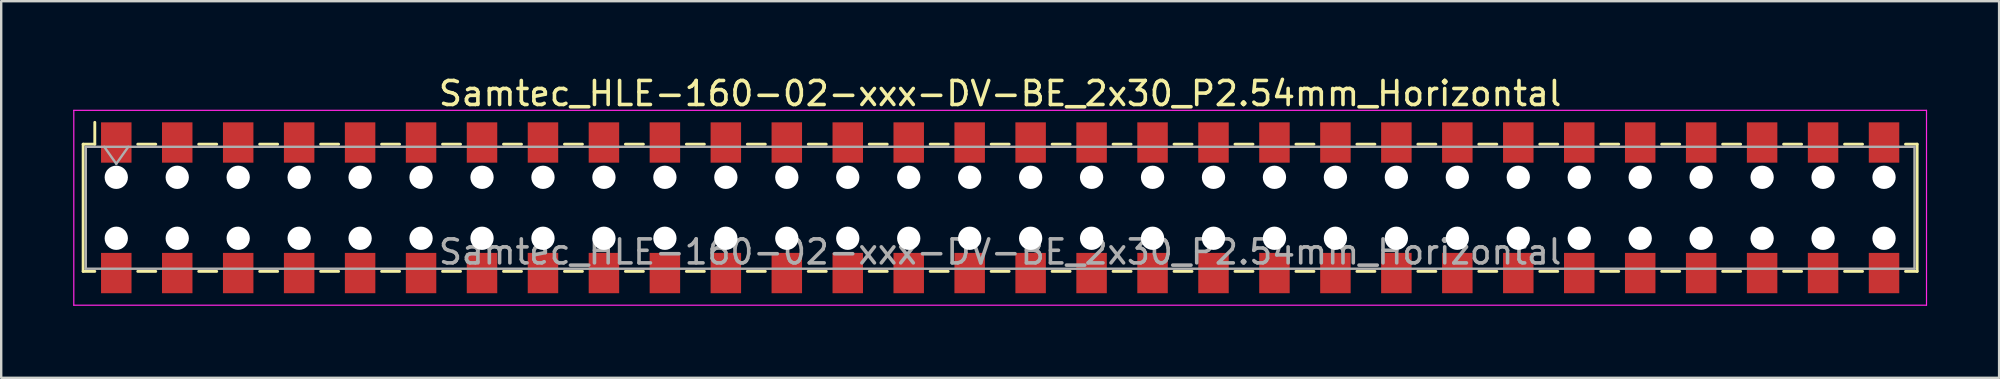
<source format=kicad_pcb>
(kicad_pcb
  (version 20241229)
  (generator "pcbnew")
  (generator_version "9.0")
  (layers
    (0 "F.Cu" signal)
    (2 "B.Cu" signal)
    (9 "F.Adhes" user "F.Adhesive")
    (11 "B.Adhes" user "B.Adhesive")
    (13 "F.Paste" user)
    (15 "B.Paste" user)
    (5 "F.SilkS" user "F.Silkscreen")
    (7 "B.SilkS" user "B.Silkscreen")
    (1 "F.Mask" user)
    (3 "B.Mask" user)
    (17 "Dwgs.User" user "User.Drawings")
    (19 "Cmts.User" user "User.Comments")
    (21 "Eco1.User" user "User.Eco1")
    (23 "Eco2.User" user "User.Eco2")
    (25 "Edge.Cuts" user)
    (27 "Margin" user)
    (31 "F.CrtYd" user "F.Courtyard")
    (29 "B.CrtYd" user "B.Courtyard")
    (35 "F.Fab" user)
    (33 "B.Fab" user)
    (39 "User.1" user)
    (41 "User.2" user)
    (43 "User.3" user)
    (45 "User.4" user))
  (footprint "Samtec_HLE-160-02-xxx-DV-BE_2x30_P2.54mm_Horizontal"
    (layer "F.Cu")
    (at 38.625 5.608)
    (property "Reference" "Samtec_HLE-160-02-xxx-DV-BE_2x30_P2.54mm_Horizontal" (at 0 -4.76 0) (layer "F.SilkS") (effects (font (size 1 1) (thickness 0.15))))
    (attr smd)
    (fp_line (start -38.21 -2.65) (end -38.21 2.65) (stroke (width 0.12) (type solid)) (layer "F.SilkS"))
    (fp_line (start -38.21 2.65) (end -37.725 2.65) (stroke (width 0.12) (type solid)) (layer "F.SilkS"))
    (fp_line (start -37.725 -3.56) (end -37.725 -2.65) (stroke (width 0.12) (type solid)) (layer "F.SilkS"))
    (fp_line (start -37.725 -2.65) (end -38.21 -2.65) (stroke (width 0.12) (type solid)) (layer "F.SilkS"))
    (fp_line (start -35.935 -2.65) (end -35.185 -2.65) (stroke (width 0.12) (type solid)) (layer "F.SilkS"))
    (fp_line (start -35.935 2.65) (end -35.185 2.65) (stroke (width 0.12) (type solid)) (layer "F.SilkS"))
    (fp_line (start -33.395 -2.65) (end -32.645 -2.65) (stroke (width 0.12) (type solid)) (layer "F.SilkS"))
    (fp_line (start -33.395 2.65) (end -32.645 2.65) (stroke (width 0.12) (type solid)) (layer "F.SilkS"))
    (fp_line (start -30.855 -2.65) (end -30.105 -2.65) (stroke (width 0.12) (type solid)) (layer "F.SilkS"))
    (fp_line (start -30.855 2.65) (end -30.105 2.65) (stroke (width 0.12) (type solid)) (layer "F.SilkS"))
    (fp_line (start -28.315 -2.65) (end -27.565 -2.65) (stroke (width 0.12) (type solid)) (layer "F.SilkS"))
    (fp_line (start -28.315 2.65) (end -27.565 2.65) (stroke (width 0.12) (type solid)) (layer "F.SilkS"))
    (fp_line (start -25.775 -2.65) (end -25.025 -2.65) (stroke (width 0.12) (type solid)) (layer "F.SilkS"))
    (fp_line (start -25.775 2.65) (end -25.025 2.65) (stroke (width 0.12) (type solid)) (layer "F.SilkS"))
    (fp_line (start -23.235 -2.65) (end -22.485 -2.65) (stroke (width 0.12) (type solid)) (layer "F.SilkS"))
    (fp_line (start -23.235 2.65) (end -22.485 2.65) (stroke (width 0.12) (type solid)) (layer "F.SilkS"))
    (fp_line (start -20.695 -2.65) (end -19.945 -2.65) (stroke (width 0.12) (type solid)) (layer "F.SilkS"))
    (fp_line (start -20.695 2.65) (end -19.945 2.65) (stroke (width 0.12) (type solid)) (layer "F.SilkS"))
    (fp_line (start -18.155 -2.65) (end -17.405 -2.65) (stroke (width 0.12) (type solid)) (layer "F.SilkS"))
    (fp_line (start -18.155 2.65) (end -17.405 2.65) (stroke (width 0.12) (type solid)) (layer "F.SilkS"))
    (fp_line (start -15.615 -2.65) (end -14.865 -2.65) (stroke (width 0.12) (type solid)) (layer "F.SilkS"))
    (fp_line (start -15.615 2.65) (end -14.865 2.65) (stroke (width 0.12) (type solid)) (layer "F.SilkS"))
    (fp_line (start -13.075 -2.65) (end -12.325 -2.65) (stroke (width 0.12) (type solid)) (layer "F.SilkS"))
    (fp_line (start -13.075 2.65) (end -12.325 2.65) (stroke (width 0.12) (type solid)) (layer "F.SilkS"))
    (fp_line (start -10.535 -2.65) (end -9.785 -2.65) (stroke (width 0.12) (type solid)) (layer "F.SilkS"))
    (fp_line (start -10.535 2.65) (end -9.785 2.65) (stroke (width 0.12) (type solid)) (layer "F.SilkS"))
    (fp_line (start -7.995 -2.65) (end -7.245 -2.65) (stroke (width 0.12) (type solid)) (layer "F.SilkS"))
    (fp_line (start -7.995 2.65) (end -7.245 2.65) (stroke (width 0.12) (type solid)) (layer "F.SilkS"))
    (fp_line (start -5.455 -2.65) (end -4.705 -2.65) (stroke (width 0.12) (type solid)) (layer "F.SilkS"))
    (fp_line (start -5.455 2.65) (end -4.705 2.65) (stroke (width 0.12) (type solid)) (layer "F.SilkS"))
    (fp_line (start -2.915 -2.65) (end -2.165 -2.65) (stroke (width 0.12) (type solid)) (layer "F.SilkS"))
    (fp_line (start -2.915 2.65) (end -2.165 2.65) (stroke (width 0.12) (type solid)) (layer "F.SilkS"))
    (fp_line (start -0.375 -2.65) (end 0.375 -2.65) (stroke (width 0.12) (type solid)) (layer "F.SilkS"))
    (fp_line (start -0.375 2.65) (end 0.375 2.65) (stroke (width 0.12) (type solid)) (layer "F.SilkS"))
    (fp_line (start 2.165 -2.65) (end 2.915 -2.65) (stroke (width 0.12) (type solid)) (layer "F.SilkS"))
    (fp_line (start 2.165 2.65) (end 2.915 2.65) (stroke (width 0.12) (type solid)) (layer "F.SilkS"))
    (fp_line (start 4.705 -2.65) (end 5.455 -2.65) (stroke (width 0.12) (type solid)) (layer "F.SilkS"))
    (fp_line (start 4.705 2.65) (end 5.455 2.65) (stroke (width 0.12) (type solid)) (layer "F.SilkS"))
    (fp_line (start 7.245 -2.65) (end 7.995 -2.65) (stroke (width 0.12) (type solid)) (layer "F.SilkS"))
    (fp_line (start 7.245 2.65) (end 7.995 2.65) (stroke (width 0.12) (type solid)) (layer "F.SilkS"))
    (fp_line (start 9.785 -2.65) (end 10.535 -2.65) (stroke (width 0.12) (type solid)) (layer "F.SilkS"))
    (fp_line (start 9.785 2.65) (end 10.535 2.65) (stroke (width 0.12) (type solid)) (layer "F.SilkS"))
    (fp_line (start 12.325 -2.65) (end 13.075 -2.65) (stroke (width 0.12) (type solid)) (layer "F.SilkS"))
    (fp_line (start 12.325 2.65) (end 13.075 2.65) (stroke (width 0.12) (type solid)) (layer "F.SilkS"))
    (fp_line (start 14.865 -2.65) (end 15.615 -2.65) (stroke (width 0.12) (type solid)) (layer "F.SilkS"))
    (fp_line (start 14.865 2.65) (end 15.615 2.65) (stroke (width 0.12) (type solid)) (layer "F.SilkS"))
    (fp_line (start 17.405 -2.65) (end 18.155 -2.65) (stroke (width 0.12) (type solid)) (layer "F.SilkS"))
    (fp_line (start 17.405 2.65) (end 18.155 2.65) (stroke (width 0.12) (type solid)) (layer "F.SilkS"))
    (fp_line (start 19.945 -2.65) (end 20.695 -2.65) (stroke (width 0.12) (type solid)) (layer "F.SilkS"))
    (fp_line (start 19.945 2.65) (end 20.695 2.65) (stroke (width 0.12) (type solid)) (layer "F.SilkS"))
    (fp_line (start 22.485 -2.65) (end 23.235 -2.65) (stroke (width 0.12) (type solid)) (layer "F.SilkS"))
    (fp_line (start 22.485 2.65) (end 23.235 2.65) (stroke (width 0.12) (type solid)) (layer "F.SilkS"))
    (fp_line (start 25.025 -2.65) (end 25.775 -2.65) (stroke (width 0.12) (type solid)) (layer "F.SilkS"))
    (fp_line (start 25.025 2.65) (end 25.775 2.65) (stroke (width 0.12) (type solid)) (layer "F.SilkS"))
    (fp_line (start 27.565 -2.65) (end 28.315 -2.65) (stroke (width 0.12) (type solid)) (layer "F.SilkS"))
    (fp_line (start 27.565 2.65) (end 28.315 2.65) (stroke (width 0.12) (type solid)) (layer "F.SilkS"))
    (fp_line (start 30.105 -2.65) (end 30.855 -2.65) (stroke (width 0.12) (type solid)) (layer "F.SilkS"))
    (fp_line (start 30.105 2.65) (end 30.855 2.65) (stroke (width 0.12) (type solid)) (layer "F.SilkS"))
    (fp_line (start 32.645 -2.65) (end 33.395 -2.65) (stroke (width 0.12) (type solid)) (layer "F.SilkS"))
    (fp_line (start 32.645 2.65) (end 33.395 2.65) (stroke (width 0.12) (type solid)) (layer "F.SilkS"))
    (fp_line (start 35.185 -2.65) (end 35.935 -2.65) (stroke (width 0.12) (type solid)) (layer "F.SilkS"))
    (fp_line (start 35.185 2.65) (end 35.935 2.65) (stroke (width 0.12) (type solid)) (layer "F.SilkS"))
    (fp_line (start 37.725 -2.65) (end 38.21 -2.65) (stroke (width 0.12) (type solid)) (layer "F.SilkS"))
    (fp_line (start 38.21 -2.65) (end 38.21 2.65) (stroke (width 0.12) (type solid)) (layer "F.SilkS"))
    (fp_line (start 38.21 2.65) (end 37.725 2.65) (stroke (width 0.12) (type solid)) (layer "F.SilkS"))
    (fp_line (start -38.6 -4.06) (end 38.6 -4.06) (stroke (width 0.05) (type solid)) (layer "F.CrtYd"))
    (fp_line (start -38.6 4.06) (end -38.6 -4.06) (stroke (width 0.05) (type solid)) (layer "F.CrtYd"))
    (fp_line (start 38.6 -4.06) (end 38.6 4.06) (stroke (width 0.05) (type solid)) (layer "F.CrtYd"))
    (fp_line (start 38.6 4.06) (end -38.6 4.06) (stroke (width 0.05) (type solid)) (layer "F.CrtYd"))
    (fp_line (start -38.1 -2.54) (end 38.1 -2.54) (stroke (width 0.1) (type solid)) (layer "F.Fab"))
    (fp_line (start -38.1 2.54) (end -38.1 -2.54) (stroke (width 0.1) (type solid)) (layer "F.Fab"))
    (fp_line (start -37.33 -2.54) (end -36.83 -1.833) (stroke (width 0.1) (type solid)) (layer "F.Fab"))
    (fp_line (start -36.83 -1.833) (end -36.33 -2.54) (stroke (width 0.1) (type solid)) (layer "F.Fab"))
    (fp_line (start 38.1 -2.54) (end 38.1 2.54) (stroke (width 0.1) (type solid)) (layer "F.Fab"))
    (fp_line (start 38.1 2.54) (end -38.1 2.54) (stroke (width 0.1) (type solid)) (layer "F.Fab"))
    (fp_text user "${REFERENCE}" (at 0 1.84 0) (layer "F.Fab") (effects (font (size 1 1) (thickness 0.15))))
    (pad "" np_thru_hole circle (at -36.83 -1.27) (size 0.97 0.97) (drill 0.97) (layers "*.Cu" "*.Mask"))
    (pad "" np_thru_hole circle (at -36.83 1.27) (size 0.97 0.97) (drill 0.97) (layers "*.Cu" "*.Mask"))
    (pad "" np_thru_hole circle (at -34.29 -1.27) (size 0.97 0.97) (drill 0.97) (layers "*.Cu" "*.Mask"))
    (pad "" np_thru_hole circle (at -34.29 1.27) (size 0.97 0.97) (drill 0.97) (layers "*.Cu" "*.Mask"))
    (pad "" np_thru_hole circle (at -31.75 -1.27) (size 0.97 0.97) (drill 0.97) (layers "*.Cu" "*.Mask"))
    (pad "" np_thru_hole circle (at -31.75 1.27) (size 0.97 0.97) (drill 0.97) (layers "*.Cu" "*.Mask"))
    (pad "" np_thru_hole circle (at -29.21 -1.27) (size 0.97 0.97) (drill 0.97) (layers "*.Cu" "*.Mask"))
    (pad "" np_thru_hole circle (at -29.21 1.27) (size 0.97 0.97) (drill 0.97) (layers "*.Cu" "*.Mask"))
    (pad "" np_thru_hole circle (at -26.67 -1.27) (size 0.97 0.97) (drill 0.97) (layers "*.Cu" "*.Mask"))
    (pad "" np_thru_hole circle (at -26.67 1.27) (size 0.97 0.97) (drill 0.97) (layers "*.Cu" "*.Mask"))
    (pad "" np_thru_hole circle (at -24.13 -1.27) (size 0.97 0.97) (drill 0.97) (layers "*.Cu" "*.Mask"))
    (pad "" np_thru_hole circle (at -24.13 1.27) (size 0.97 0.97) (drill 0.97) (layers "*.Cu" "*.Mask"))
    (pad "" np_thru_hole circle (at -21.59 -1.27) (size 0.97 0.97) (drill 0.97) (layers "*.Cu" "*.Mask"))
    (pad "" np_thru_hole circle (at -21.59 1.27) (size 0.97 0.97) (drill 0.97) (layers "*.Cu" "*.Mask"))
    (pad "" np_thru_hole circle (at -19.05 -1.27) (size 0.97 0.97) (drill 0.97) (layers "*.Cu" "*.Mask"))
    (pad "" np_thru_hole circle (at -19.05 1.27) (size 0.97 0.97) (drill 0.97) (layers "*.Cu" "*.Mask"))
    (pad "" np_thru_hole circle (at -16.51 -1.27) (size 0.97 0.97) (drill 0.97) (layers "*.Cu" "*.Mask"))
    (pad "" np_thru_hole circle (at -16.51 1.27) (size 0.97 0.97) (drill 0.97) (layers "*.Cu" "*.Mask"))
    (pad "" np_thru_hole circle (at -13.97 -1.27) (size 0.97 0.97) (drill 0.97) (layers "*.Cu" "*.Mask"))
    (pad "" np_thru_hole circle (at -13.97 1.27) (size 0.97 0.97) (drill 0.97) (layers "*.Cu" "*.Mask"))
    (pad "" np_thru_hole circle (at -11.43 -1.27) (size 0.97 0.97) (drill 0.97) (layers "*.Cu" "*.Mask"))
    (pad "" np_thru_hole circle (at -11.43 1.27) (size 0.97 0.97) (drill 0.97) (layers "*.Cu" "*.Mask"))
    (pad "" np_thru_hole circle (at -8.89 -1.27) (size 0.97 0.97) (drill 0.97) (layers "*.Cu" "*.Mask"))
    (pad "" np_thru_hole circle (at -8.89 1.27) (size 0.97 0.97) (drill 0.97) (layers "*.Cu" "*.Mask"))
    (pad "" np_thru_hole circle (at -6.35 -1.27) (size 0.97 0.97) (drill 0.97) (layers "*.Cu" "*.Mask"))
    (pad "" np_thru_hole circle (at -6.35 1.27) (size 0.97 0.97) (drill 0.97) (layers "*.Cu" "*.Mask"))
    (pad "" np_thru_hole circle (at -3.81 -1.27) (size 0.97 0.97) (drill 0.97) (layers "*.Cu" "*.Mask"))
    (pad "" np_thru_hole circle (at -3.81 1.27) (size 0.97 0.97) (drill 0.97) (layers "*.Cu" "*.Mask"))
    (pad "" np_thru_hole circle (at -1.27 -1.27) (size 0.97 0.97) (drill 0.97) (layers "*.Cu" "*.Mask"))
    (pad "" np_thru_hole circle (at -1.27 1.27) (size 0.97 0.97) (drill 0.97) (layers "*.Cu" "*.Mask"))
    (pad "" np_thru_hole circle (at 1.27 -1.27) (size 0.97 0.97) (drill 0.97) (layers "*.Cu" "*.Mask"))
    (pad "" np_thru_hole circle (at 1.27 1.27) (size 0.97 0.97) (drill 0.97) (layers "*.Cu" "*.Mask"))
    (pad "" np_thru_hole circle (at 3.81 -1.27) (size 0.97 0.97) (drill 0.97) (layers "*.Cu" "*.Mask"))
    (pad "" np_thru_hole circle (at 3.81 1.27) (size 0.97 0.97) (drill 0.97) (layers "*.Cu" "*.Mask"))
    (pad "" np_thru_hole circle (at 6.35 -1.27) (size 0.97 0.97) (drill 0.97) (layers "*.Cu" "*.Mask"))
    (pad "" np_thru_hole circle (at 6.35 1.27) (size 0.97 0.97) (drill 0.97) (layers "*.Cu" "*.Mask"))
    (pad "" np_thru_hole circle (at 8.89 -1.27) (size 0.97 0.97) (drill 0.97) (layers "*.Cu" "*.Mask"))
    (pad "" np_thru_hole circle (at 8.89 1.27) (size 0.97 0.97) (drill 0.97) (layers "*.Cu" "*.Mask"))
    (pad "" np_thru_hole circle (at 11.43 -1.27) (size 0.97 0.97) (drill 0.97) (layers "*.Cu" "*.Mask"))
    (pad "" np_thru_hole circle (at 11.43 1.27) (size 0.97 0.97) (drill 0.97) (layers "*.Cu" "*.Mask"))
    (pad "" np_thru_hole circle (at 13.97 -1.27) (size 0.97 0.97) (drill 0.97) (layers "*.Cu" "*.Mask"))
    (pad "" np_thru_hole circle (at 13.97 1.27) (size 0.97 0.97) (drill 0.97) (layers "*.Cu" "*.Mask"))
    (pad "" np_thru_hole circle (at 16.51 -1.27) (size 0.97 0.97) (drill 0.97) (layers "*.Cu" "*.Mask"))
    (pad "" np_thru_hole circle (at 16.51 1.27) (size 0.97 0.97) (drill 0.97) (layers "*.Cu" "*.Mask"))
    (pad "" np_thru_hole circle (at 19.05 -1.27) (size 0.97 0.97) (drill 0.97) (layers "*.Cu" "*.Mask"))
    (pad "" np_thru_hole circle (at 19.05 1.27) (size 0.97 0.97) (drill 0.97) (layers "*.Cu" "*.Mask"))
    (pad "" np_thru_hole circle (at 21.59 -1.27) (size 0.97 0.97) (drill 0.97) (layers "*.Cu" "*.Mask"))
    (pad "" np_thru_hole circle (at 21.59 1.27) (size 0.97 0.97) (drill 0.97) (layers "*.Cu" "*.Mask"))
    (pad "" np_thru_hole circle (at 24.13 -1.27) (size 0.97 0.97) (drill 0.97) (layers "*.Cu" "*.Mask"))
    (pad "" np_thru_hole circle (at 24.13 1.27) (size 0.97 0.97) (drill 0.97) (layers "*.Cu" "*.Mask"))
    (pad "" np_thru_hole circle (at 26.67 -1.27) (size 0.97 0.97) (drill 0.97) (layers "*.Cu" "*.Mask"))
    (pad "" np_thru_hole circle (at 26.67 1.27) (size 0.97 0.97) (drill 0.97) (layers "*.Cu" "*.Mask"))
    (pad "" np_thru_hole circle (at 29.21 -1.27) (size 0.97 0.97) (drill 0.97) (layers "*.Cu" "*.Mask"))
    (pad "" np_thru_hole circle (at 29.21 1.27) (size 0.97 0.97) (drill 0.97) (layers "*.Cu" "*.Mask"))
    (pad "" np_thru_hole circle (at 31.75 -1.27) (size 0.97 0.97) (drill 0.97) (layers "*.Cu" "*.Mask"))
    (pad "" np_thru_hole circle (at 31.75 1.27) (size 0.97 0.97) (drill 0.97) (layers "*.Cu" "*.Mask"))
    (pad "" np_thru_hole circle (at 34.29 -1.27) (size 0.97 0.97) (drill 0.97) (layers "*.Cu" "*.Mask"))
    (pad "" np_thru_hole circle (at 34.29 1.27) (size 0.97 0.97) (drill 0.97) (layers "*.Cu" "*.Mask"))
    (pad "" np_thru_hole circle (at 36.83 -1.27) (size 0.97 0.97) (drill 0.97) (layers "*.Cu" "*.Mask"))
    (pad "" np_thru_hole circle (at 36.83 1.27) (size 0.97 0.97) (drill 0.97) (layers "*.Cu" "*.Mask"))
    (pad "1" smd rect (at -36.83 -2.72) (size 1.27 1.68) (layers "F.Cu" "F.Mask" "F.Paste"))
    (pad "2" smd rect (at -36.83 2.72) (size 1.27 1.68) (layers "F.Cu" "F.Mask" "F.Paste"))
    (pad "3" smd rect (at -34.29 -2.72) (size 1.27 1.68) (layers "F.Cu" "F.Mask" "F.Paste"))
    (pad "4" smd rect (at -34.29 2.72) (size 1.27 1.68) (layers "F.Cu" "F.Mask" "F.Paste"))
    (pad "5" smd rect (at -31.75 -2.72) (size 1.27 1.68) (layers "F.Cu" "F.Mask" "F.Paste"))
    (pad "6" smd rect (at -31.75 2.72) (size 1.27 1.68) (layers "F.Cu" "F.Mask" "F.Paste"))
    (pad "7" smd rect (at -29.21 -2.72) (size 1.27 1.68) (layers "F.Cu" "F.Mask" "F.Paste"))
    (pad "8" smd rect (at -29.21 2.72) (size 1.27 1.68) (layers "F.Cu" "F.Mask" "F.Paste"))
    (pad "9" smd rect (at -26.67 -2.72) (size 1.27 1.68) (layers "F.Cu" "F.Mask" "F.Paste"))
    (pad "10" smd rect (at -26.67 2.72) (size 1.27 1.68) (layers "F.Cu" "F.Mask" "F.Paste"))
    (pad "11" smd rect (at -24.13 -2.72) (size 1.27 1.68) (layers "F.Cu" "F.Mask" "F.Paste"))
    (pad "12" smd rect (at -24.13 2.72) (size 1.27 1.68) (layers "F.Cu" "F.Mask" "F.Paste"))
    (pad "13" smd rect (at -21.59 -2.72) (size 1.27 1.68) (layers "F.Cu" "F.Mask" "F.Paste"))
    (pad "14" smd rect (at -21.59 2.72) (size 1.27 1.68) (layers "F.Cu" "F.Mask" "F.Paste"))
    (pad "15" smd rect (at -19.05 -2.72) (size 1.27 1.68) (layers "F.Cu" "F.Mask" "F.Paste"))
    (pad "16" smd rect (at -19.05 2.72) (size 1.27 1.68) (layers "F.Cu" "F.Mask" "F.Paste"))
    (pad "17" smd rect (at -16.51 -2.72) (size 1.27 1.68) (layers "F.Cu" "F.Mask" "F.Paste"))
    (pad "18" smd rect (at -16.51 2.72) (size 1.27 1.68) (layers "F.Cu" "F.Mask" "F.Paste"))
    (pad "19" smd rect (at -13.97 -2.72) (size 1.27 1.68) (layers "F.Cu" "F.Mask" "F.Paste"))
    (pad "20" smd rect (at -13.97 2.72) (size 1.27 1.68) (layers "F.Cu" "F.Mask" "F.Paste"))
    (pad "21" smd rect (at -11.43 -2.72) (size 1.27 1.68) (layers "F.Cu" "F.Mask" "F.Paste"))
    (pad "22" smd rect (at -11.43 2.72) (size 1.27 1.68) (layers "F.Cu" "F.Mask" "F.Paste"))
    (pad "23" smd rect (at -8.89 -2.72) (size 1.27 1.68) (layers "F.Cu" "F.Mask" "F.Paste"))
    (pad "24" smd rect (at -8.89 2.72) (size 1.27 1.68) (layers "F.Cu" "F.Mask" "F.Paste"))
    (pad "25" smd rect (at -6.35 -2.72) (size 1.27 1.68) (layers "F.Cu" "F.Mask" "F.Paste"))
    (pad "26" smd rect (at -6.35 2.72) (size 1.27 1.68) (layers "F.Cu" "F.Mask" "F.Paste"))
    (pad "27" smd rect (at -3.81 -2.72) (size 1.27 1.68) (layers "F.Cu" "F.Mask" "F.Paste"))
    (pad "28" smd rect (at -3.81 2.72) (size 1.27 1.68) (layers "F.Cu" "F.Mask" "F.Paste"))
    (pad "29" smd rect (at -1.27 -2.72) (size 1.27 1.68) (layers "F.Cu" "F.Mask" "F.Paste"))
    (pad "30" smd rect (at -1.27 2.72) (size 1.27 1.68) (layers "F.Cu" "F.Mask" "F.Paste"))
    (pad "31" smd rect (at 1.27 -2.72) (size 1.27 1.68) (layers "F.Cu" "F.Mask" "F.Paste"))
    (pad "32" smd rect (at 1.27 2.72) (size 1.27 1.68) (layers "F.Cu" "F.Mask" "F.Paste"))
    (pad "33" smd rect (at 3.81 -2.72) (size 1.27 1.68) (layers "F.Cu" "F.Mask" "F.Paste"))
    (pad "34" smd rect (at 3.81 2.72) (size 1.27 1.68) (layers "F.Cu" "F.Mask" "F.Paste"))
    (pad "35" smd rect (at 6.35 -2.72) (size 1.27 1.68) (layers "F.Cu" "F.Mask" "F.Paste"))
    (pad "36" smd rect (at 6.35 2.72) (size 1.27 1.68) (layers "F.Cu" "F.Mask" "F.Paste"))
    (pad "37" smd rect (at 8.89 -2.72) (size 1.27 1.68) (layers "F.Cu" "F.Mask" "F.Paste"))
    (pad "38" smd rect (at 8.89 2.72) (size 1.27 1.68) (layers "F.Cu" "F.Mask" "F.Paste"))
    (pad "39" smd rect (at 11.43 -2.72) (size 1.27 1.68) (layers "F.Cu" "F.Mask" "F.Paste"))
    (pad "40" smd rect (at 11.43 2.72) (size 1.27 1.68) (layers "F.Cu" "F.Mask" "F.Paste"))
    (pad "41" smd rect (at 13.97 -2.72) (size 1.27 1.68) (layers "F.Cu" "F.Mask" "F.Paste"))
    (pad "42" smd rect (at 13.97 2.72) (size 1.27 1.68) (layers "F.Cu" "F.Mask" "F.Paste"))
    (pad "43" smd rect (at 16.51 -2.72) (size 1.27 1.68) (layers "F.Cu" "F.Mask" "F.Paste"))
    (pad "44" smd rect (at 16.51 2.72) (size 1.27 1.68) (layers "F.Cu" "F.Mask" "F.Paste"))
    (pad "45" smd rect (at 19.05 -2.72) (size 1.27 1.68) (layers "F.Cu" "F.Mask" "F.Paste"))
    (pad "46" smd rect (at 19.05 2.72) (size 1.27 1.68) (layers "F.Cu" "F.Mask" "F.Paste"))
    (pad "47" smd rect (at 21.59 -2.72) (size 1.27 1.68) (layers "F.Cu" "F.Mask" "F.Paste"))
    (pad "48" smd rect (at 21.59 2.72) (size 1.27 1.68) (layers "F.Cu" "F.Mask" "F.Paste"))
    (pad "49" smd rect (at 24.13 -2.72) (size 1.27 1.68) (layers "F.Cu" "F.Mask" "F.Paste"))
    (pad "50" smd rect (at 24.13 2.72) (size 1.27 1.68) (layers "F.Cu" "F.Mask" "F.Paste"))
    (pad "51" smd rect (at 26.67 -2.72) (size 1.27 1.68) (layers "F.Cu" "F.Mask" "F.Paste"))
    (pad "52" smd rect (at 26.67 2.72) (size 1.27 1.68) (layers "F.Cu" "F.Mask" "F.Paste"))
    (pad "53" smd rect (at 29.21 -2.72) (size 1.27 1.68) (layers "F.Cu" "F.Mask" "F.Paste"))
    (pad "54" smd rect (at 29.21 2.72) (size 1.27 1.68) (layers "F.Cu" "F.Mask" "F.Paste"))
    (pad "55" smd rect (at 31.75 -2.72) (size 1.27 1.68) (layers "F.Cu" "F.Mask" "F.Paste"))
    (pad "56" smd rect (at 31.75 2.72) (size 1.27 1.68) (layers "F.Cu" "F.Mask" "F.Paste"))
    (pad "57" smd rect (at 34.29 -2.72) (size 1.27 1.68) (layers "F.Cu" "F.Mask" "F.Paste"))
    (pad "58" smd rect (at 34.29 2.72) (size 1.27 1.68) (layers "F.Cu" "F.Mask" "F.Paste"))
    (pad "59" smd rect (at 36.83 -2.72) (size 1.27 1.68) (layers "F.Cu" "F.Mask" "F.Paste"))
    (pad "60" smd rect (at 36.83 2.72) (size 1.27 1.68) (layers "F.Cu" "F.Mask" "F.Paste")))
  (gr_rect
    (start -3 -3)
    (end 80.25 12.693)
    (stroke (width 0.1) (type default))
    (fill no)
    (layer "Edge.Cuts")))
</source>
